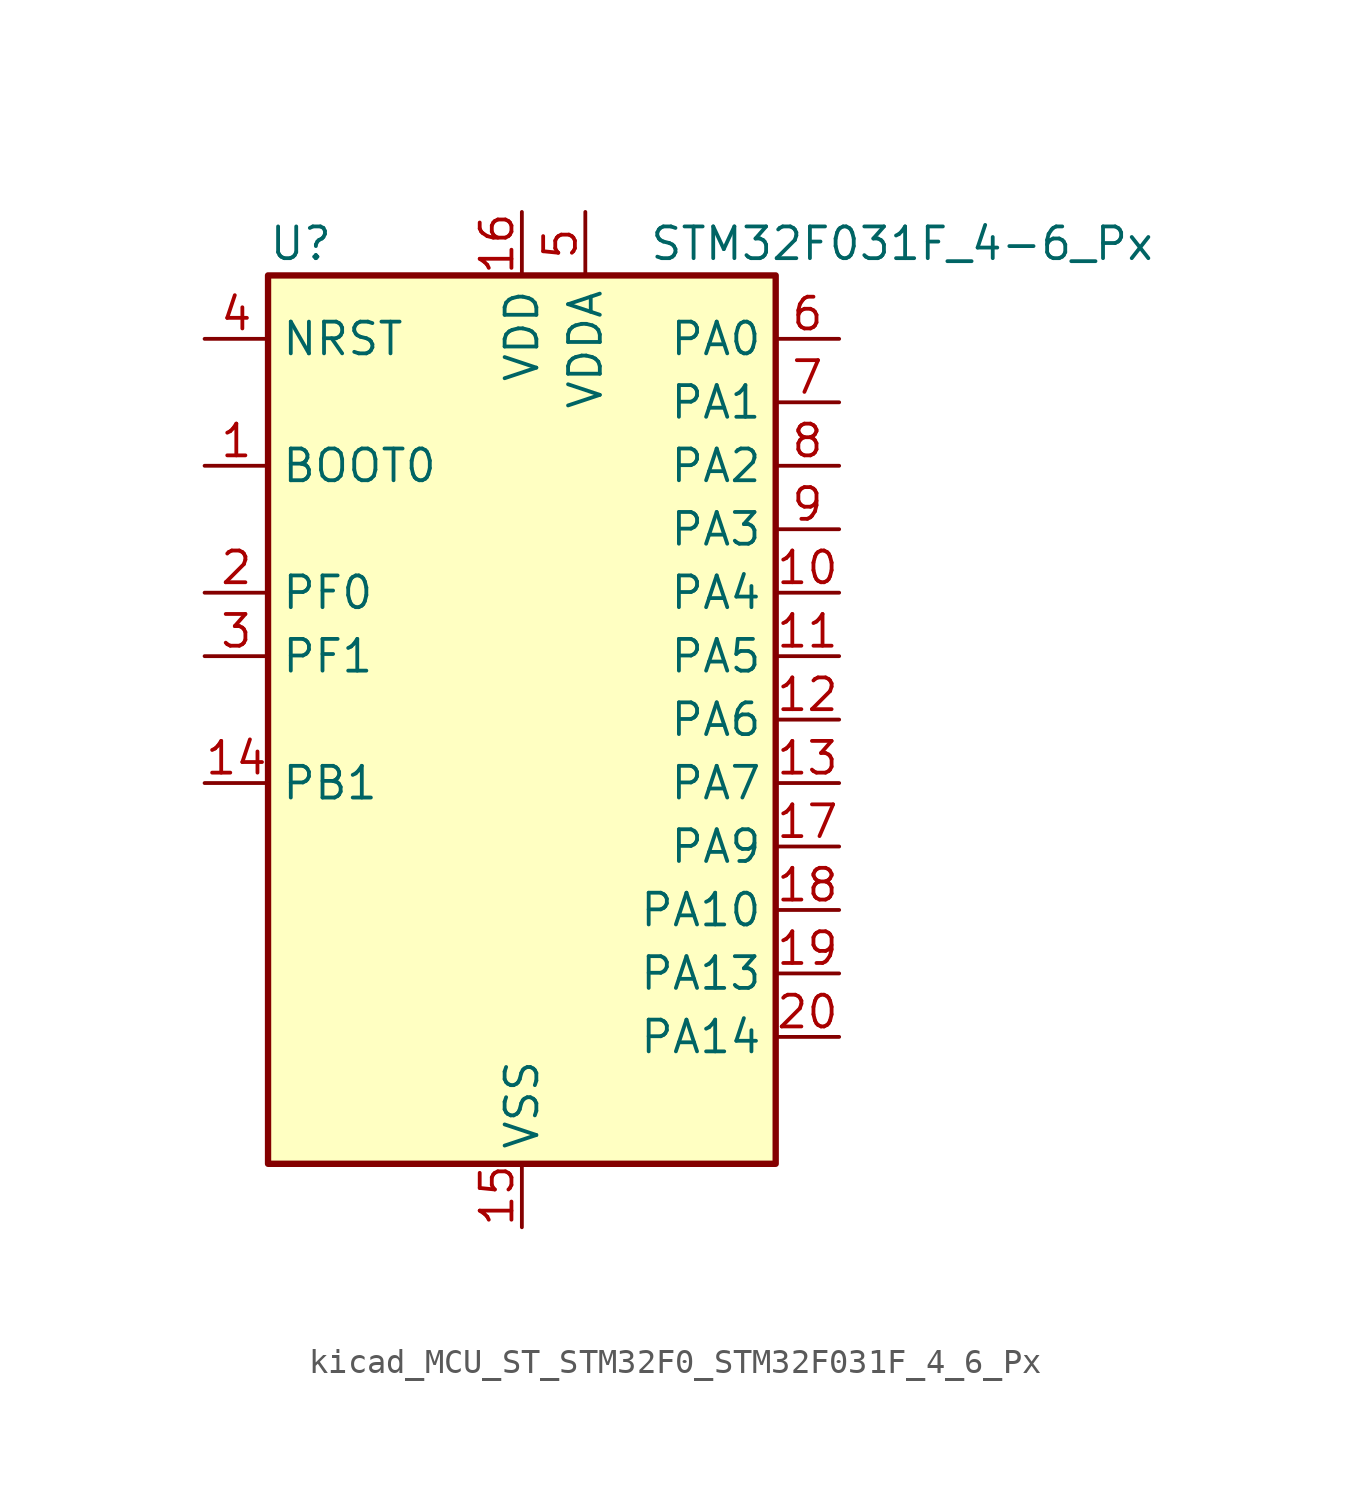
<source format=kicad_sym>
(kicad_symbol_lib
  (version 20220914)
  (generator kicad_symbol_editor)
  (symbol "kicad_MCU_ST_STM32F0_STM32F031F_4_6_Px"
    (property "Reference" "U"
      (at -10.16 19.05 0)
      (effects (font (size 1.27 1.27)) (justify left)))
    (property "Value" "STM32F031F_4-6_Px"
      (at 5.08 19.05 0)
      (effects (font (size 1.27 1.27)) (justify left)))
    (property "ki_locked" ""
      (at 0 0 0)
      (effects (font (size 1.27 1.27))))
    (symbol "kicad_MCU_ST_STM32F0_STM32F031F_4_6_Px_0_1"
      (rectangle (start -10.16 -17.78) (end 10.16 17.78) (stroke (width 0.254) (type default)) (fill (type background))))
    (symbol "kicad_MCU_ST_STM32F0_STM32F031F_4_6_Px_1_1"
      (pin input line (at -12.7 10.16 0) (length 2.54) (name "BOOT0" (effects (font (size 1.27 1.27)))) (number "1" (effects (font (size 1.27 1.27)))))
      (pin bidirectional line (at 12.7 5.08 180) (length 2.54) (name "PA4" (effects (font (size 1.27 1.27)))) (number "10" (effects (font (size 1.27 1.27)))) (alternate "ADC_IN4" bidirectional line) (alternate "I2S1_WS" bidirectional line) (alternate "SPI1_NSS" bidirectional line) (alternate "TIM14_CH1" bidirectional line) (alternate "USART1_CK" bidirectional line))
      (pin bidirectional line (at 12.7 2.54 180) (length 2.54) (name "PA5" (effects (font (size 1.27 1.27)))) (number "11" (effects (font (size 1.27 1.27)))) (alternate "ADC_IN5" bidirectional line) (alternate "I2S1_CK" bidirectional line) (alternate "SPI1_SCK" bidirectional line) (alternate "TIM2_CH1" bidirectional line) (alternate "TIM2_ETR" bidirectional line))
      (pin bidirectional line (at 12.7 0 180) (length 2.54) (name "PA6" (effects (font (size 1.27 1.27)))) (number "12" (effects (font (size 1.27 1.27)))) (alternate "ADC_IN6" bidirectional line) (alternate "I2S1_MCK" bidirectional line) (alternate "SPI1_MISO" bidirectional line) (alternate "TIM16_CH1" bidirectional line) (alternate "TIM1_BKIN" bidirectional line) (alternate "TIM3_CH1" bidirectional line))
      (pin bidirectional line (at 12.7 -2.54 180) (length 2.54) (name "PA7" (effects (font (size 1.27 1.27)))) (number "13" (effects (font (size 1.27 1.27)))) (alternate "ADC_IN7" bidirectional line) (alternate "I2S1_SD" bidirectional line) (alternate "SPI1_MOSI" bidirectional line) (alternate "TIM14_CH1" bidirectional line) (alternate "TIM17_CH1" bidirectional line) (alternate "TIM1_CH1N" bidirectional line) (alternate "TIM3_CH2" bidirectional line))
      (pin bidirectional line (at -12.7 -2.54 0) (length 2.54) (name "PB1" (effects (font (size 1.27 1.27)))) (number "14" (effects (font (size 1.27 1.27)))) (alternate "ADC_IN9" bidirectional line) (alternate "TIM14_CH1" bidirectional line) (alternate "TIM1_CH3N" bidirectional line) (alternate "TIM3_CH4" bidirectional line))
      (pin power_in line (at 0 -20.32 90) (length 2.54) (name "VSS" (effects (font (size 1.27 1.27)))) (number "15" (effects (font (size 1.27 1.27)))))
      (pin power_in line (at 0 20.32 270) (length 2.54) (name "VDD" (effects (font (size 1.27 1.27)))) (number "16" (effects (font (size 1.27 1.27)))))
      (pin bidirectional line (at 12.7 -5.08 180) (length 2.54) (name "PA9" (effects (font (size 1.27 1.27)))) (number "17" (effects (font (size 1.27 1.27)))) (alternate "I2C1_SCL" bidirectional line) (alternate "TIM1_CH2" bidirectional line) (alternate "USART1_TX" bidirectional line))
      (pin bidirectional line (at 12.7 -7.62 180) (length 2.54) (name "PA10" (effects (font (size 1.27 1.27)))) (number "18" (effects (font (size 1.27 1.27)))) (alternate "I2C1_SDA" bidirectional line) (alternate "TIM17_BKIN" bidirectional line) (alternate "TIM1_CH3" bidirectional line) (alternate "USART1_RX" bidirectional line))
      (pin bidirectional line (at 12.7 -10.16 180) (length 2.54) (name "PA13" (effects (font (size 1.27 1.27)))) (number "19" (effects (font (size 1.27 1.27)))) (alternate "IR_OUT" bidirectional line) (alternate "SYS_SWDIO" bidirectional line))
      (pin bidirectional line (at -12.7 5.08 0) (length 2.54) (name "PF0" (effects (font (size 1.27 1.27)))) (number "2" (effects (font (size 1.27 1.27)))) (alternate "RCC_OSC_IN" bidirectional line))
      (pin bidirectional line (at 12.7 -12.7 180) (length 2.54) (name "PA14" (effects (font (size 1.27 1.27)))) (number "20" (effects (font (size 1.27 1.27)))) (alternate "SYS_SWCLK" bidirectional line) (alternate "USART1_TX" bidirectional line))
      (pin bidirectional line (at -12.7 2.54 0) (length 2.54) (name "PF1" (effects (font (size 1.27 1.27)))) (number "3" (effects (font (size 1.27 1.27)))) (alternate "RCC_OSC_OUT" bidirectional line))
      (pin input line (at -12.7 15.24 0) (length 2.54) (name "NRST" (effects (font (size 1.27 1.27)))) (number "4" (effects (font (size 1.27 1.27)))))
      (pin power_in line (at 2.54 20.32 270) (length 2.54) (name "VDDA" (effects (font (size 1.27 1.27)))) (number "5" (effects (font (size 1.27 1.27)))))
      (pin bidirectional line (at 12.7 15.24 180) (length 2.54) (name "PA0" (effects (font (size 1.27 1.27)))) (number "6" (effects (font (size 1.27 1.27)))) (alternate "ADC_IN0" bidirectional line) (alternate "RTC_TAMP2" bidirectional line) (alternate "SYS_WKUP1" bidirectional line) (alternate "TIM2_CH1" bidirectional line) (alternate "TIM2_ETR" bidirectional line) (alternate "USART1_CTS" bidirectional line))
      (pin bidirectional line (at 12.7 12.7 180) (length 2.54) (name "PA1" (effects (font (size 1.27 1.27)))) (number "7" (effects (font (size 1.27 1.27)))) (alternate "ADC_IN1" bidirectional line) (alternate "TIM2_CH2" bidirectional line) (alternate "USART1_DE" bidirectional line) (alternate "USART1_RTS" bidirectional line))
      (pin bidirectional line (at 12.7 10.16 180) (length 2.54) (name "PA2" (effects (font (size 1.27 1.27)))) (number "8" (effects (font (size 1.27 1.27)))) (alternate "ADC_IN2" bidirectional line) (alternate "TIM2_CH3" bidirectional line) (alternate "USART1_TX" bidirectional line))
      (pin bidirectional line (at 12.7 7.62 180) (length 2.54) (name "PA3" (effects (font (size 1.27 1.27)))) (number "9" (effects (font (size 1.27 1.27)))) (alternate "ADC_IN3" bidirectional line) (alternate "TIM2_CH4" bidirectional line) (alternate "USART1_RX" bidirectional line)))))
</source>
